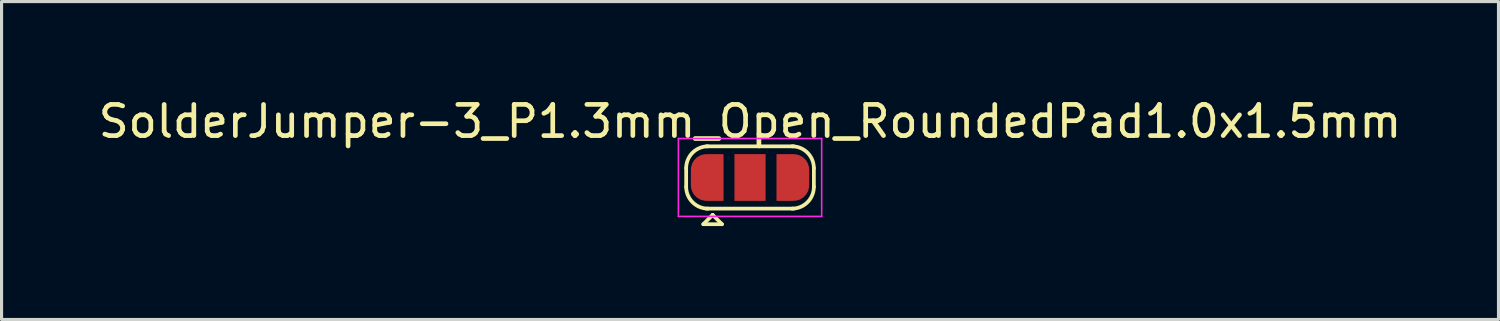
<source format=kicad_pcb>
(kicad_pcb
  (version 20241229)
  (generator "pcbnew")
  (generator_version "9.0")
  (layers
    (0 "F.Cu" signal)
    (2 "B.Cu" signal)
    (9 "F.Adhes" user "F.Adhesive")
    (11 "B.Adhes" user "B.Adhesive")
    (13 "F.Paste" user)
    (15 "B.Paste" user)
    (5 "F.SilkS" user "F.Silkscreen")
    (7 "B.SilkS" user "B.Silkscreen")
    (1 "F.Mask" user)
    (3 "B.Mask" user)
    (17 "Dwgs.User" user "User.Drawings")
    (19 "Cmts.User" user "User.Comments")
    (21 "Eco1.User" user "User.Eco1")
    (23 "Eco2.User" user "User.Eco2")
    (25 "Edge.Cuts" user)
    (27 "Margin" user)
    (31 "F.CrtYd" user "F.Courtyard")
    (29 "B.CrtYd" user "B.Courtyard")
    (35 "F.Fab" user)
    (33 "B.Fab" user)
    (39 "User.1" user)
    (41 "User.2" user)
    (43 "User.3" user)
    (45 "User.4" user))
  (footprint "SolderJumper-3_P1.3mm_Open_RoundedPad1.0x1.5mm"
    (layer "F.Cu")
    (at 21.03 2.648)
    (property "Reference" "SolderJumper-3_P1.3mm_Open_RoundedPad1.0x1.5mm" (at 0 -1.8 0) (layer "F.SilkS") (effects (font (size 1 1) (thickness 0.15))))
    (attr exclude_from_pos_files exclude_from_bom)
    (fp_line (start -2.05 0.3) (end -2.05 -0.3) (stroke (width 0.12) (type solid)) (layer "F.SilkS"))
    (fp_line (start -1.5 1.5) (end -0.9 1.5) (stroke (width 0.12) (type solid)) (layer "F.SilkS"))
    (fp_line (start -1.4 -1) (end 1.4 -1) (stroke (width 0.12) (type solid)) (layer "F.SilkS"))
    (fp_line (start -1.2 1.2) (end -1.5 1.5) (stroke (width 0.12) (type solid)) (layer "F.SilkS"))
    (fp_line (start -1.2 1.2) (end -0.9 1.5) (stroke (width 0.12) (type solid)) (layer "F.SilkS"))
    (fp_line (start 1.4 1) (end -1.4 1) (stroke (width 0.12) (type solid)) (layer "F.SilkS"))
    (fp_line (start 2.05 -0.3) (end 2.05 0.3) (stroke (width 0.12) (type solid)) (layer "F.SilkS"))
    (fp_arc (start -2.05 -0.3) (mid -1.844975 -0.794975) (end -1.35 -1) (stroke (width 0.12) (type solid)) (layer "F.SilkS"))
    (fp_arc (start -1.35 1) (mid -1.844975 0.794975) (end -2.05 0.3) (stroke (width 0.12) (type solid)) (layer "F.SilkS"))
    (fp_arc (start 1.35 -1) (mid 1.844975 -0.794975) (end 2.05 -0.3) (stroke (width 0.12) (type solid)) (layer "F.SilkS"))
    (fp_arc (start 2.05 0.3) (mid 1.844975 0.794975) (end 1.35 1) (stroke (width 0.12) (type solid)) (layer "F.SilkS"))
    (fp_line (start -2.3 -1.25) (end -2.3 1.25) (stroke (width 0.05) (type solid)) (layer "F.CrtYd"))
    (fp_line (start -2.3 -1.25) (end 2.3 -1.25) (stroke (width 0.05) (type solid)) (layer "F.CrtYd"))
    (fp_line (start 2.3 1.25) (end -2.3 1.25) (stroke (width 0.05) (type solid)) (layer "F.CrtYd"))
    (fp_line (start 2.3 1.25) (end 2.3 -1.25) (stroke (width 0.05) (type solid)) (layer "F.CrtYd"))
    (pad "1" smd custom (at -1.4 0) (size 1 0.5) (layers "F.Cu" "F.Mask") (options (anchor rect)) (primitives (gr_circle (center 0 0.25) (end 0.5 0.25) (width 0) (fill yes)) (gr_circle (center 0 -0.25) (end 0.5 -0.25) (width 0) (fill yes)) (gr_poly (pts (xy 0.55 -0.75) (xy 0 -0.75) (xy 0 0.75) (xy 0.55 0.75)) (width 0) (fill yes))))
    (pad "2" smd rect (at 0 0) (size 1 1.5) (layers "F.Cu" "F.Mask"))
    (pad "3" smd custom (at 1.4 0) (size 1 0.5) (layers "F.Cu" "F.Mask") (options (anchor rect)) (primitives (gr_circle (center 0 0.25) (end 0.5 0.25) (width 0) (fill yes)) (gr_circle (center 0 -0.25) (end 0.5 -0.25) (width 0) (fill yes)) (gr_poly (pts (xy -0.55 -0.75) (xy 0 -0.75) (xy 0 0.75) (xy -0.55 0.75)) (width 0) (fill yes)))))
  (gr_rect
    (start -3 -3)
    (end 45.06 7.208)
    (stroke (width 0.1) (type default))
    (fill no)
    (layer "Edge.Cuts")))
</source>
